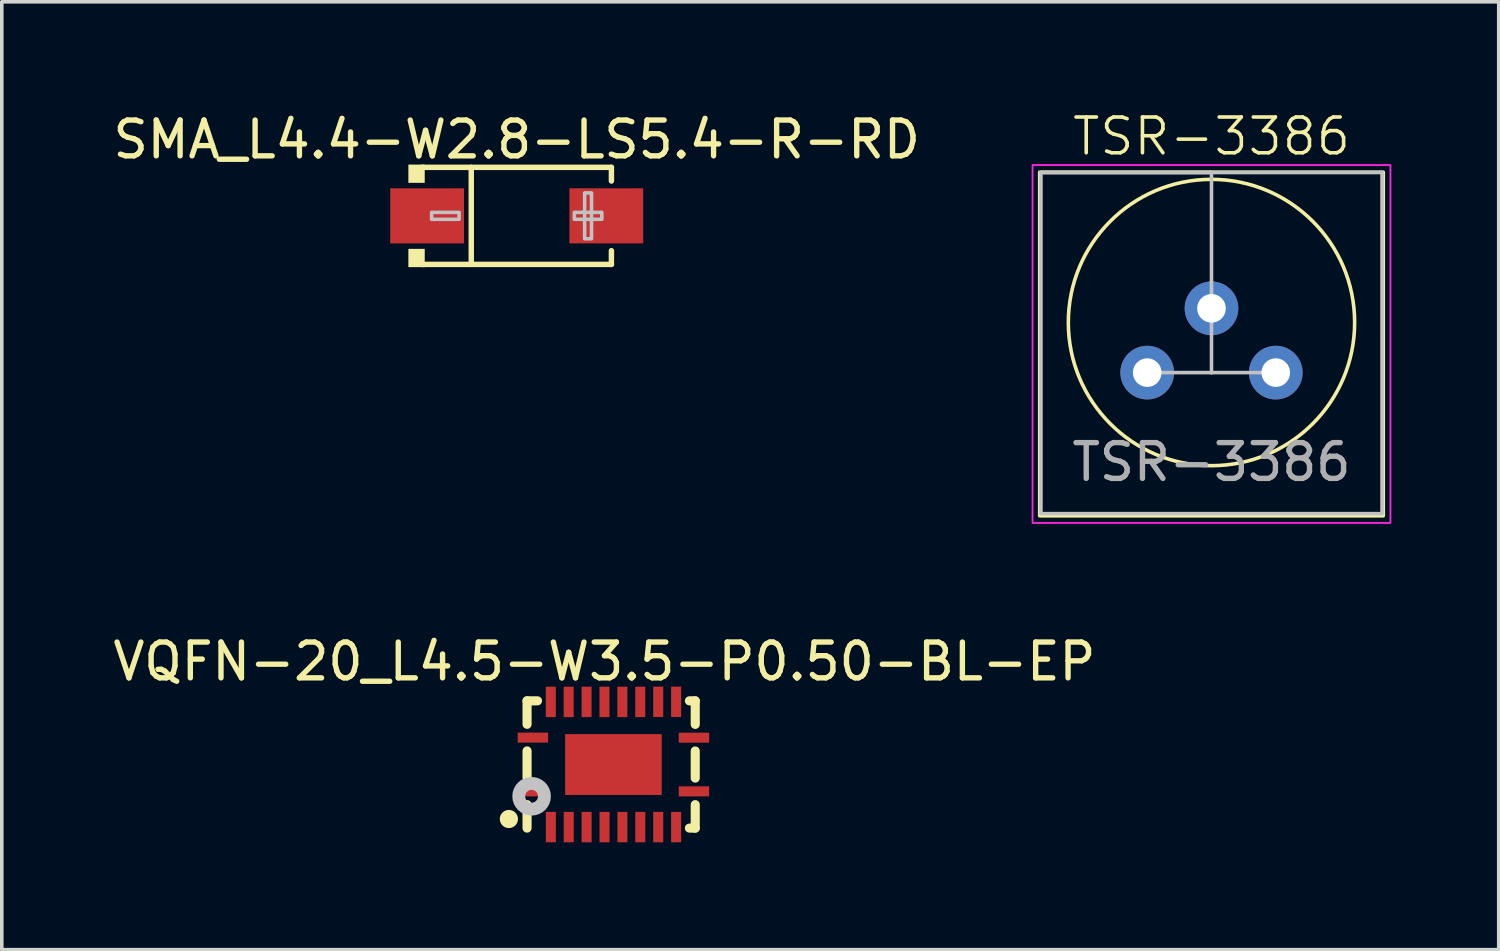
<source format=kicad_pcb>
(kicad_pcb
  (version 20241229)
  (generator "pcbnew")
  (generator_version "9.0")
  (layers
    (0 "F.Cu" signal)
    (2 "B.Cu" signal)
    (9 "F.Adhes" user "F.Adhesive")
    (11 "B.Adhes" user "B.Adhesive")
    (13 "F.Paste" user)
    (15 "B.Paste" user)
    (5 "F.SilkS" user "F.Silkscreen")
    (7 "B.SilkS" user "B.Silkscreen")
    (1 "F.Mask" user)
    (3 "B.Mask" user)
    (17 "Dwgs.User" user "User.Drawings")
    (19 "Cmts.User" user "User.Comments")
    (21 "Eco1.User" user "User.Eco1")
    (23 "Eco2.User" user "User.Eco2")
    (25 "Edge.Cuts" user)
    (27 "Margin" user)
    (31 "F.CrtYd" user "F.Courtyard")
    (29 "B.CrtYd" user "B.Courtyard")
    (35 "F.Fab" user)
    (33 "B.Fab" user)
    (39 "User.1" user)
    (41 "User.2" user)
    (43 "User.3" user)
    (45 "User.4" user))
  (footprint "VQFN-20_L4.5-W3.5-P0.50-BL-EP"
    (layer "F.Cu")
    (at 14.089 18.309)
    (property "Reference" "VQFN-20_L4.5-W3.5-P0.50-BL-EP" (at -0.25 -2.875 0) (layer "F.SilkS") (effects (font (size 1 1) (thickness 0.15))))
    (fp_line (start -2.413 -1.778) (end -2.413 -1.121) (stroke (width 0.254) (type default)) (layer "F.SilkS"))
    (fp_line (start -2.413 -1.778) (end -2.121 -1.778) (stroke (width 0.254) (type default)) (layer "F.SilkS"))
    (fp_line (start -2.413 -0.379) (end -2.413 0.381) (stroke (width 0.254) (type default)) (layer "F.SilkS"))
    (fp_line (start -2.413 1.123) (end -2.413 1.778) (stroke (width 0.254) (type default)) (layer "F.SilkS"))
    (fp_line (start 2.123 -1.778) (end 2.286 -1.778) (stroke (width 0.254) (type default)) (layer "F.SilkS"))
    (fp_line (start 2.286 -1.778) (end 2.286 -1.119) (stroke (width 0.254) (type default)) (layer "F.SilkS"))
    (fp_line (start 2.286 -0.377) (end 2.286 0.381) (stroke (width 0.254) (type default)) (layer "F.SilkS"))
    (fp_line (start 2.286 1.123) (end 2.286 1.778) (stroke (width 0.254) (type default)) (layer "F.SilkS"))
    (fp_line (start 2.286 1.778) (end 2.123 1.778) (stroke (width 0.254) (type default)) (layer "F.SilkS"))
    (fp_circle (center -2.921 1.524) (end -2.794 1.524) (stroke (width 0.254) (type default)) (fill no) (layer "F.SilkS"))
    (fp_circle (center -2.286 0.889) (end -2.107 0.889) (stroke (width 0.36) (type default)) (fill no) (layer "Dwgs.User"))
    (fp_poly (pts (xy -2.248 -0.628) (xy -2.248 -0.869) (xy -1.848 -0.869) (xy -1.848 -0.628)) (stroke (width 0.1) (type default)) (fill no) (layer "User.1"))
    (fp_poly (pts (xy -2.248 0.874) (xy -2.248 0.633) (xy -1.848 0.633) (xy -1.848 0.874)) (stroke (width 0.1) (type default)) (fill no) (layer "User.1"))
    (fp_poly (pts (xy -1.871 -1.746) (xy -1.631 -1.746) (xy -1.631 -1.346) (xy -1.871 -1.346)) (stroke (width 0.1) (type default)) (fill no) (layer "User.1"))
    (fp_poly (pts (xy -1.629 1.75) (xy -1.869 1.75) (xy -1.869 1.35) (xy -1.629 1.35)) (stroke (width 0.1) (type default)) (fill no) (layer "User.1"))
    (fp_poly (pts (xy -1.371 -1.746) (xy -1.131 -1.746) (xy -1.131 -1.346) (xy -1.371 -1.346)) (stroke (width 0.1) (type default)) (fill no) (layer "User.1"))
    (fp_poly (pts (xy -1.35 0.852) (xy -1.35 -0.848) (xy 1.35 -0.848) (xy 1.35 0.852)) (stroke (width 0.1) (type default)) (fill no) (layer "User.1"))
    (fp_poly (pts (xy -1.129 1.75) (xy -1.369 1.75) (xy -1.369 1.35) (xy -1.129 1.35)) (stroke (width 0.1) (type default)) (fill no) (layer "User.1"))
    (fp_poly (pts (xy -0.872 -1.746) (xy -0.631 -1.746) (xy -0.631 -1.346) (xy -0.872 -1.346)) (stroke (width 0.1) (type default)) (fill no) (layer "User.1"))
    (fp_poly (pts (xy -0.628 1.75) (xy -0.869 1.75) (xy -0.869 1.35) (xy -0.628 1.35)) (stroke (width 0.1) (type default)) (fill no) (layer "User.1"))
    (fp_poly (pts (xy -0.371 -1.746) (xy -0.132 -1.746) (xy -0.132 -1.346) (xy -0.371 -1.346)) (stroke (width 0.1) (type default)) (fill no) (layer "User.1"))
    (fp_poly (pts (xy -0.129 1.75) (xy -0.368 1.75) (xy -0.368 1.35) (xy -0.129 1.35)) (stroke (width 0.1) (type default)) (fill no) (layer "User.1"))
    (fp_poly (pts (xy 0.129 -1.746) (xy 0.368 -1.746) (xy 0.368 -1.346) (xy 0.129 -1.346)) (stroke (width 0.1) (type default)) (fill no) (layer "User.1"))
    (fp_poly (pts (xy 0.371 1.75) (xy 0.132 1.75) (xy 0.132 1.35) (xy 0.371 1.35)) (stroke (width 0.1) (type default)) (fill no) (layer "User.1"))
    (fp_poly (pts (xy 0.628 -1.746) (xy 0.869 -1.746) (xy 0.869 -1.346) (xy 0.628 -1.346)) (stroke (width 0.1) (type default)) (fill no) (layer "User.1"))
    (fp_poly (pts (xy 0.872 1.75) (xy 0.631 1.75) (xy 0.631 1.35) (xy 0.872 1.35)) (stroke (width 0.1) (type default)) (fill no) (layer "User.1"))
    (fp_poly (pts (xy 1.129 -1.746) (xy 1.369 -1.746) (xy 1.369 -1.346) (xy 1.129 -1.346)) (stroke (width 0.1) (type default)) (fill no) (layer "User.1"))
    (fp_poly (pts (xy 1.371 1.75) (xy 1.131 1.75) (xy 1.131 1.35) (xy 1.371 1.35)) (stroke (width 0.1) (type default)) (fill no) (layer "User.1"))
    (fp_poly (pts (xy 1.629 -1.746) (xy 1.869 -1.746) (xy 1.869 -1.346) (xy 1.629 -1.346)) (stroke (width 0.1) (type default)) (fill no) (layer "User.1"))
    (fp_poly (pts (xy 1.871 1.75) (xy 1.631 1.75) (xy 1.631 1.35) (xy 1.871 1.35)) (stroke (width 0.1) (type default)) (fill no) (layer "User.1"))
    (fp_poly (pts (xy 2.248 -0.87) (xy 2.248 -0.629) (xy 1.848 -0.629) (xy 1.848 -0.87)) (stroke (width 0.1) (type default)) (fill no) (layer "User.1"))
    (fp_poly (pts (xy 2.248 0.63) (xy 2.248 0.871) (xy 1.848 0.871) (xy 1.848 0.63)) (stroke (width 0.1) (type default)) (fill no) (layer "User.1"))
    (fp_line (start -2.25 -1.75) (end 2.25 -1.75) (stroke (width 0.051) (type default)) (layer "User.2"))
    (fp_line (start -2.25 1.75) (end -2.25 -1.75) (stroke (width 0.051) (type default)) (layer "User.2"))
    (fp_line (start 2.25 -1.75) (end 2.25 1.75) (stroke (width 0.051) (type default)) (layer "User.2"))
    (fp_line (start 2.25 1.75) (end -2.25 1.75) (stroke (width 0.051) (type default)) (layer "User.2"))
    (fp_poly (pts (xy -2.195 1.727) (xy -2.227 1.695) (xy -2.273 1.695) (xy -2.305 1.727) (xy -2.305 1.773) (xy -2.273 1.805) (xy -2.227 1.805) (xy -2.195 1.773)) (stroke (width 0.1) (type default)) (fill no) (layer "User.3"))
    (pad "1" smd rect (at -2.25 0.752) (size 0.85 0.28) (layers "F.Cu" "F.Mask" "F.Paste"))
    (pad "2" smd rect (at -1.748 1.75) (size 0.28 0.85) (layers "F.Cu" "F.Mask" "F.Paste"))
    (pad "3" smd rect (at -1.248 1.75) (size 0.28 0.85) (layers "F.Cu" "F.Mask" "F.Paste"))
    (pad "4" smd rect (at -0.749 1.75) (size 0.28 0.85) (layers "F.Cu" "F.Mask" "F.Paste"))
    (pad "5" smd rect (at -0.248 1.75) (size 0.28 0.85) (layers "F.Cu" "F.Mask" "F.Paste"))
    (pad "6" smd rect (at 0.252 1.75) (size 0.28 0.85) (layers "F.Cu" "F.Mask" "F.Paste"))
    (pad "7" smd rect (at 0.751 1.75) (size 0.28 0.85) (layers "F.Cu" "F.Mask" "F.Paste"))
    (pad "8" smd rect (at 1.252 1.75) (size 0.28 0.85) (layers "F.Cu" "F.Mask" "F.Paste"))
    (pad "9" smd rect (at 1.752 1.75) (size 0.28 0.85) (layers "F.Cu" "F.Mask" "F.Paste"))
    (pad "10" smd rect (at 2.25 0.752) (size 0.85 0.28) (layers "F.Cu" "F.Mask" "F.Paste"))
    (pad "11" smd rect (at 2.25 -0.748) (size 0.85 0.28) (layers "F.Cu" "F.Mask" "F.Paste"))
    (pad "12" smd rect (at 1.752 -1.75) (size 0.28 0.85) (layers "F.Cu" "F.Mask" "F.Paste"))
    (pad "13" smd rect (at 1.252 -1.75) (size 0.28 0.85) (layers "F.Cu" "F.Mask" "F.Paste"))
    (pad "14" smd rect (at 0.75 -1.748) (size 0.28 0.85) (layers "F.Cu" "F.Mask" "F.Paste"))
    (pad "15" smd rect (at 0.25 -1.748) (size 0.28 0.85) (layers "F.Cu" "F.Mask" "F.Paste"))
    (pad "16" smd rect (at -0.25 -1.748) (size 0.28 0.85) (layers "F.Cu" "F.Mask" "F.Paste"))
    (pad "17" smd rect (at -0.75 -1.748) (size 0.28 0.85) (layers "F.Cu" "F.Mask" "F.Paste"))
    (pad "18" smd rect (at -1.25 -1.748) (size 0.28 0.85) (layers "F.Cu" "F.Mask" "F.Paste"))
    (pad "19" smd rect (at -1.75 -1.748) (size 0.28 0.85) (layers "F.Cu" "F.Mask" "F.Paste"))
    (pad "20" smd rect (at -2.25 -0.75) (size 0.85 0.28) (layers "F.Cu" "F.Mask" "F.Paste"))
    (pad "21" smd rect (at 0 0.002 90) (size 1.7 2.7) (layers "F.Cu" "F.Mask" "F.Paste")))
  (footprint "TSR-3386"
    (layer "F.Cu")
    (at 30.799 7.361)
    (property "Reference" "TSR-3386" (at 0 -6.6 0) (unlocked yes) (layer "F.SilkS") (effects (font (size 1 1) (thickness 0.1))))
    (attr board_only exclude_from_pos_files exclude_from_bom)
    (fp_rect (start -4.8 -5.6) (end 4.8 4) (stroke (width 0.1) (type default)) (fill no) (layer "F.SilkS"))
    (fp_circle (center 0 -1.4) (end 4 -1.4) (stroke (width 0.1) (type default)) (fill no) (layer "F.SilkS"))
    (fp_line (start 0 -5.59) (end -4.765 -5.59) (stroke (width 0.1) (type solid)) (layer "Dwgs.User"))
    (fp_line (start 0 -2.54) (end 0 -5.59) (stroke (width 0.1) (type solid)) (layer "Dwgs.User"))
    (fp_line (start 0 -1.796) (end 0 -2.54) (stroke (width 0.1) (type default)) (layer "Dwgs.User"))
    (fp_line (start 0 0) (end -1.796 0) (stroke (width 0.1) (type solid)) (layer "Dwgs.User"))
    (fp_line (start 0 0) (end 0 -1.796) (stroke (width 0.1) (type solid)) (layer "Dwgs.User"))
    (fp_line (start 0 0) (end 1.796 0) (stroke (width 0.1) (type solid)) (layer "Dwgs.User"))
    (fp_rect (start -4.765 -5.59) (end 4.765 3.94) (stroke (width 0.1) (type solid)) (fill no) (layer "Dwgs.User"))
    (fp_rect (start -5 -5.8) (end 5 4.2) (stroke (width 0.05) (type default)) (fill no) (layer "F.CrtYd"))
    (fp_text user "${REFERENCE}" (at 0 2.5 0) (unlocked yes) (layer "F.Fab") (effects (font (size 1 1) (thickness 0.15))))
    (pad "1" thru_hole circle (at 1.796 0) (size 1.5 1.5) (drill 0.8) (layers "*.Cu" "*.Mask"))
    (pad "2" thru_hole circle (at 0 -1.796) (size 1.5 1.5) (drill 0.8) (layers "*.Cu" "*.Mask"))
    (pad "3" thru_hole circle (at -1.796 0) (size 1.5 1.5) (drill 0.8) (layers "*.Cu" "*.Mask")))
  (footprint "SMA_L4.4-W2.8-LS5.4-R-RD"
    (layer "F.Cu")
    (at 11.387 2.981)
    (property "Reference" "SMA_L4.4-W2.8-LS5.4-R-RD" (at 0 -2.132 0) (layer "F.SilkS") (effects (font (size 1 1) (thickness 0.15))))
    (fp_line (start -2.646 -1.356) (end 2.646 -1.356) (stroke (width 0.152) (type default)) (layer "F.SilkS"))
    (fp_line (start -2.646 1.356) (end 2.646 1.356) (stroke (width 0.152) (type default)) (layer "F.SilkS"))
    (fp_line (start -1.27 -1.356) (end -1.27 1.356) (stroke (width 0.152) (type default)) (layer "F.SilkS"))
    (fp_line (start 2.646 -1.356) (end 2.646 -0.973) (stroke (width 0.152) (type default)) (layer "F.SilkS"))
    (fp_line (start 2.646 1.356) (end 2.646 0.973) (stroke (width 0.152) (type default)) (layer "F.SilkS"))
    (fp_poly (pts (xy -2.57 -1.433) (xy -2.57 -0.922) (xy -3.027 -0.922) (xy -3.027 -1.433)) (stroke (width 0) (type default)) (fill yes) (layer "F.SilkS"))
    (fp_poly (pts (xy -2.57 1.433) (xy -2.57 0.922) (xy -3.027 0.922) (xy -3.027 1.433)) (stroke (width 0) (type default)) (fill yes) (layer "F.SilkS"))
    (fp_poly (pts (xy -2.378 0.096) (xy -2.378 -0.096) (xy -1.61 -0.096) (xy -1.61 0.096)) (stroke (width 0.1) (type default)) (fill no) (layer "Dwgs.User"))
    (fp_poly (pts (xy 2.09 0.64) (xy 2.09 -0.64) (xy 1.898 -0.64) (xy 1.898 0.64)) (stroke (width 0.1) (type default)) (fill no) (layer "Dwgs.User"))
    (fp_poly (pts (xy 2.378 0.096) (xy 2.378 -0.096) (xy 1.61 -0.096) (xy 1.61 0.096)) (stroke (width 0.1) (type default)) (fill no) (layer "Dwgs.User"))
    (fp_poly (pts (xy -2.8 0.713) (xy -2.8 -0.713) (xy -1.645 -0.713) (xy -1.645 0.713)) (stroke (width 0.1) (type default)) (fill no) (layer "User.1"))
    (fp_poly (pts (xy 2.8 0.713) (xy 2.8 -0.713) (xy 1.645 -0.713) (xy 1.645 0.713)) (stroke (width 0.1) (type default)) (fill no) (layer "User.1"))
    (fp_line (start -2.57 -1.28) (end 2.57 -1.28) (stroke (width 0.051) (type default)) (layer "User.2"))
    (fp_line (start -2.57 1.28) (end -2.57 -1.28) (stroke (width 0.051) (type default)) (layer "User.2"))
    (fp_line (start 2.57 -1.28) (end 2.57 1.28) (stroke (width 0.051) (type default)) (layer "User.2"))
    (fp_line (start 2.57 1.28) (end -2.57 1.28) (stroke (width 0.051) (type default)) (layer "User.2"))
    (fp_poly (pts (xy -2.745 1.257) (xy -2.777 1.225) (xy -2.823 1.225) (xy -2.855 1.257) (xy -2.855 1.303) (xy -2.823 1.335) (xy -2.777 1.335) (xy -2.745 1.303)) (stroke (width 0.1) (type default)) (fill no) (layer "User.3"))
    (pad "1" smd rect (at 2.503 0) (size 2.062 1.539) (layers "F.Cu" "F.Mask" "F.Paste"))
    (pad "2" smd rect (at -2.503 0) (size 2.062 1.539) (layers "F.Cu" "F.Mask" "F.Paste")))
  (gr_rect
    (start -3 -3)
    (end 38.824 23.484)
    (stroke (width 0.1) (type default))
    (fill no)
    (layer "Edge.Cuts")))
</source>
